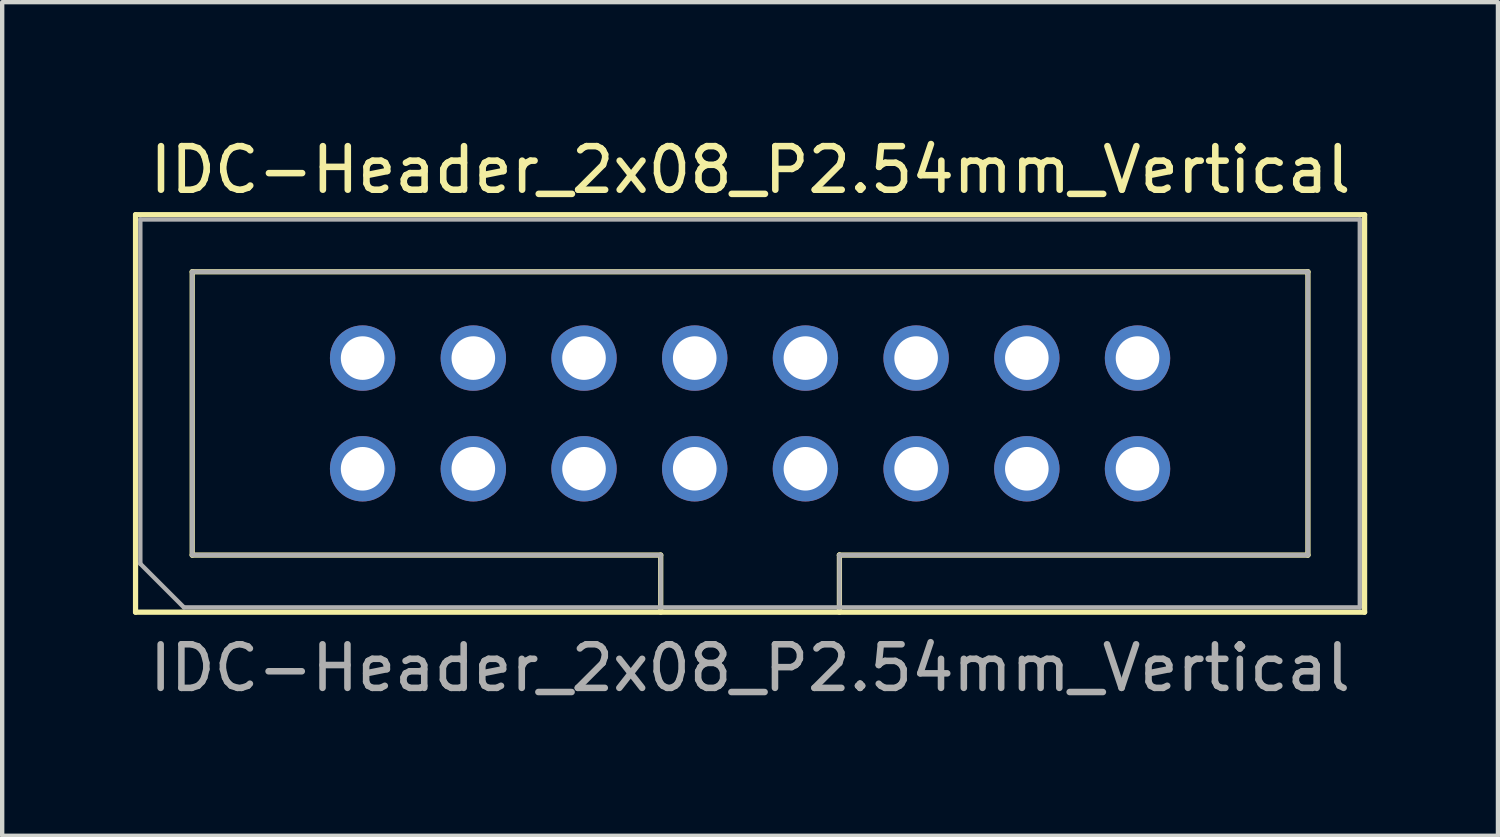
<source format=kicad_pcb>
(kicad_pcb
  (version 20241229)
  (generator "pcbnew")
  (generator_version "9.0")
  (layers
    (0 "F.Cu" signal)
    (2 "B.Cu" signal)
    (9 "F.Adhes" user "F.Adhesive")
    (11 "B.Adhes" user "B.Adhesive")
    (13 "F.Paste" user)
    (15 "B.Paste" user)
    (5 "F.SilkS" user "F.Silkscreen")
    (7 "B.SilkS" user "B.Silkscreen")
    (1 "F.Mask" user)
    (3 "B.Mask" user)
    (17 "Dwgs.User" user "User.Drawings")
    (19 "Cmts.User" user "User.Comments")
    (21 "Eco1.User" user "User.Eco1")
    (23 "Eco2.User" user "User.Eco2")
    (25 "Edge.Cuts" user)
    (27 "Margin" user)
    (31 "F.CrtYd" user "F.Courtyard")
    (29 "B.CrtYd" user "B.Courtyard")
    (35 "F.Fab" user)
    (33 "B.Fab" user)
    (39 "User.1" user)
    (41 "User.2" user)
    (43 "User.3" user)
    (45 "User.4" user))
  (footprint "IDC-Header_2x08_P2.54mm_Vertical"
    (layer "F.Cu")
    (at 14.148 6.448)
    (property "Reference" "IDC-Header_2x08_P2.54mm_Vertical" (at 0.02 -5.6 180) (layer "F.SilkS") (effects (font (size 1 1) (thickness 0.15))))
    (attr through_hole allow_missing_courtyard)
    (fp_line (start -14.088 -4.572) (end 14.112 -4.572) (stroke (width 0.12) (type solid)) (layer "F.SilkS"))
    (fp_line (start -14.088 4.548) (end -14.088 -4.572) (stroke (width 0.12) (type solid)) (layer "F.SilkS"))
    (fp_line (start -12.788 -3.262) (end 12.812 -3.262) (stroke (width 0.12) (type solid)) (layer "F.SilkS"))
    (fp_line (start -12.788 3.238) (end -12.788 -3.262) (stroke (width 0.12) (type solid)) (layer "F.SilkS"))
    (fp_line (start -2.038 3.238) (end -12.788 3.238) (stroke (width 0.12) (type solid)) (layer "F.SilkS"))
    (fp_line (start -2.038 4.548) (end -2.038 3.238) (stroke (width 0.12) (type solid)) (layer "F.SilkS"))
    (fp_line (start 2.062 3.238) (end 2.062 3.238) (stroke (width 0.12) (type solid)) (layer "F.SilkS"))
    (fp_line (start 2.062 3.238) (end 2.062 4.548) (stroke (width 0.12) (type solid)) (layer "F.SilkS"))
    (fp_line (start 12.812 -3.262) (end 12.812 3.238) (stroke (width 0.12) (type solid)) (layer "F.SilkS"))
    (fp_line (start 12.812 3.238) (end 2.062 3.238) (stroke (width 0.12) (type solid)) (layer "F.SilkS"))
    (fp_line (start 14.112 -4.572) (end 14.112 4.548) (stroke (width 0.12) (type solid)) (layer "F.SilkS"))
    (fp_line (start 14.112 4.548) (end -14.088 4.548) (stroke (width 0.12) (type solid)) (layer "F.SilkS"))
    (fp_line (start -13.978 -4.462) (end 14.002 -4.462) (stroke (width 0.1) (type solid)) (layer "F.Fab"))
    (fp_line (start -13.978 3.438) (end -13.978 -4.462) (stroke (width 0.1) (type solid)) (layer "F.Fab"))
    (fp_line (start -12.978 4.438) (end -13.978 3.438) (stroke (width 0.1) (type solid)) (layer "F.Fab"))
    (fp_line (start -12.788 -3.262) (end 12.812 -3.262) (stroke (width 0.1) (type solid)) (layer "F.Fab"))
    (fp_line (start -12.788 3.238) (end -12.788 -3.262) (stroke (width 0.1) (type solid)) (layer "F.Fab"))
    (fp_line (start -2.038 3.238) (end -12.788 3.238) (stroke (width 0.1) (type solid)) (layer "F.Fab"))
    (fp_line (start -2.038 4.438) (end -2.038 3.238) (stroke (width 0.1) (type solid)) (layer "F.Fab"))
    (fp_line (start 2.062 3.238) (end 2.062 3.238) (stroke (width 0.1) (type solid)) (layer "F.Fab"))
    (fp_line (start 2.062 3.238) (end 2.062 4.438) (stroke (width 0.1) (type solid)) (layer "F.Fab"))
    (fp_line (start 12.812 -3.262) (end 12.812 3.238) (stroke (width 0.1) (type solid)) (layer "F.Fab"))
    (fp_line (start 12.812 3.238) (end 2.062 3.238) (stroke (width 0.1) (type solid)) (layer "F.Fab"))
    (fp_line (start 14.002 -4.462) (end 14.002 4.438) (stroke (width 0.1) (type solid)) (layer "F.Fab"))
    (fp_line (start 14.002 4.438) (end -12.978 4.438) (stroke (width 0.1) (type solid)) (layer "F.Fab"))
    (fp_text user "${REFERENCE}" (at 0.012 5.83 0) (layer "F.Fab") (effects (font (size 1 1) (thickness 0.15))))
    (pad "" smd roundrect (at -8.878 -1.282 90) (size 2 2) (layers "F.Paste") (roundrect_rratio 0.2))
    (pad "" smd roundrect (at -8.878 1.258 90) (size 2 2) (layers "F.Paste") (roundrect_rratio 0.2))
    (pad "" smd roundrect (at -6.338 -1.282 90) (size 2 2) (layers "F.Paste") (roundrect_rratio 0.2))
    (pad "" smd roundrect (at -6.338 1.258 90) (size 2 2) (layers "F.Paste") (roundrect_rratio 0.2))
    (pad "" smd roundrect (at -3.798 -1.282 90) (size 2 2) (layers "F.Paste") (roundrect_rratio 0.2))
    (pad "" smd roundrect (at -3.798 1.258 90) (size 2 2) (layers "F.Paste") (roundrect_rratio 0.2))
    (pad "" smd roundrect (at -1.258 -1.282 90) (size 2 2) (layers "F.Paste") (roundrect_rratio 0.2))
    (pad "" smd roundrect (at -1.258 1.258 90) (size 2 2) (layers "F.Paste") (roundrect_rratio 0.2))
    (pad "" smd roundrect (at 1.282 -1.282 90) (size 2 2) (layers "F.Paste") (roundrect_rratio 0.2))
    (pad "" smd roundrect (at 1.282 1.258 90) (size 2 2) (layers "F.Paste") (roundrect_rratio 0.2))
    (pad "" smd roundrect (at 3.822 -1.282 90) (size 2 2) (layers "F.Paste") (roundrect_rratio 0.2))
    (pad "" smd roundrect (at 3.822 1.258 90) (size 2 2) (layers "F.Paste") (roundrect_rratio 0.2))
    (pad "" smd roundrect (at 6.362 -1.282 90) (size 2 2) (layers "F.Paste") (roundrect_rratio 0.2))
    (pad "" smd roundrect (at 6.362 1.258 90) (size 2 2) (layers "F.Paste") (roundrect_rratio 0.2))
    (pad "" smd roundrect (at 8.902 -1.282 90) (size 2 2) (layers "F.Paste") (roundrect_rratio 0.2))
    (pad "" smd roundrect (at 8.902 1.258 90) (size 2 2) (layers "F.Paste") (roundrect_rratio 0.2))
    (pad "1" thru_hole circle (at -8.878 1.258 90) (size 1.5 1.5) (drill 1) (layers "*.Cu" "*.Mask") (remove_unused_layers yes) (keep_end_layers yes) (zone_layer_connections))
    (pad "2" thru_hole circle (at -8.878 -1.282 90) (size 1.5 1.5) (drill 1) (layers "*.Cu" "*.Mask") (remove_unused_layers yes) (keep_end_layers yes) (zone_layer_connections))
    (pad "3" thru_hole circle (at -6.338 1.258 90) (size 1.5 1.5) (drill 1) (layers "*.Cu" "*.Mask") (remove_unused_layers yes) (keep_end_layers yes) (zone_layer_connections))
    (pad "4" thru_hole circle (at -6.338 -1.282 90) (size 1.5 1.5) (drill 1) (layers "*.Cu" "*.Mask") (remove_unused_layers yes) (keep_end_layers yes) (zone_layer_connections))
    (pad "5" thru_hole circle (at -3.798 1.258 90) (size 1.5 1.5) (drill 1) (layers "*.Cu" "*.Mask") (remove_unused_layers yes) (keep_end_layers yes) (zone_layer_connections))
    (pad "6" thru_hole circle (at -3.798 -1.282 90) (size 1.5 1.5) (drill 1) (layers "*.Cu" "*.Mask") (remove_unused_layers yes) (keep_end_layers yes) (zone_layer_connections))
    (pad "7" thru_hole circle (at -1.258 1.258 90) (size 1.5 1.5) (drill 1) (layers "*.Cu" "*.Mask") (remove_unused_layers yes) (keep_end_layers yes) (zone_layer_connections))
    (pad "8" thru_hole circle (at -1.258 -1.282 90) (size 1.5 1.5) (drill 1) (layers "*.Cu" "*.Mask") (remove_unused_layers yes) (keep_end_layers yes) (zone_layer_connections))
    (pad "9" thru_hole circle (at 1.282 1.258 90) (size 1.5 1.5) (drill 1) (layers "*.Cu" "*.Mask") (remove_unused_layers yes) (keep_end_layers yes) (zone_layer_connections))
    (pad "10" thru_hole circle (at 1.282 -1.282 90) (size 1.5 1.5) (drill 1) (layers "*.Cu" "*.Mask") (remove_unused_layers yes) (keep_end_layers yes) (zone_layer_connections))
    (pad "11" thru_hole circle (at 3.822 1.258 90) (size 1.5 1.5) (drill 1) (layers "*.Cu" "*.Mask") (remove_unused_layers yes) (keep_end_layers yes) (zone_layer_connections))
    (pad "12" thru_hole circle (at 3.822 -1.282 90) (size 1.5 1.5) (drill 1) (layers "*.Cu" "*.Mask") (remove_unused_layers yes) (keep_end_layers yes) (zone_layer_connections))
    (pad "13" thru_hole circle (at 6.362 1.258 90) (size 1.5 1.5) (drill 1) (layers "*.Cu" "*.Mask") (remove_unused_layers yes) (keep_end_layers yes) (zone_layer_connections))
    (pad "14" thru_hole circle (at 6.362 -1.282 90) (size 1.5 1.5) (drill 1) (layers "*.Cu" "*.Mask") (remove_unused_layers yes) (keep_end_layers yes) (zone_layer_connections))
    (pad "15" thru_hole circle (at 8.902 1.258 90) (size 1.5 1.5) (drill 1) (layers "*.Cu" "*.Mask") (remove_unused_layers yes) (keep_end_layers yes) (zone_layer_connections))
    (pad "16" thru_hole circle (at 8.902 -1.282 90) (size 1.5 1.5) (drill 1) (layers "*.Cu" "*.Mask") (remove_unused_layers yes) (keep_end_layers yes) (zone_layer_connections)))
  (gr_rect
    (start -3 -3)
    (end 31.32 16.127)
    (stroke (width 0.1) (type default))
    (fill no)
    (layer "Edge.Cuts")))
</source>
